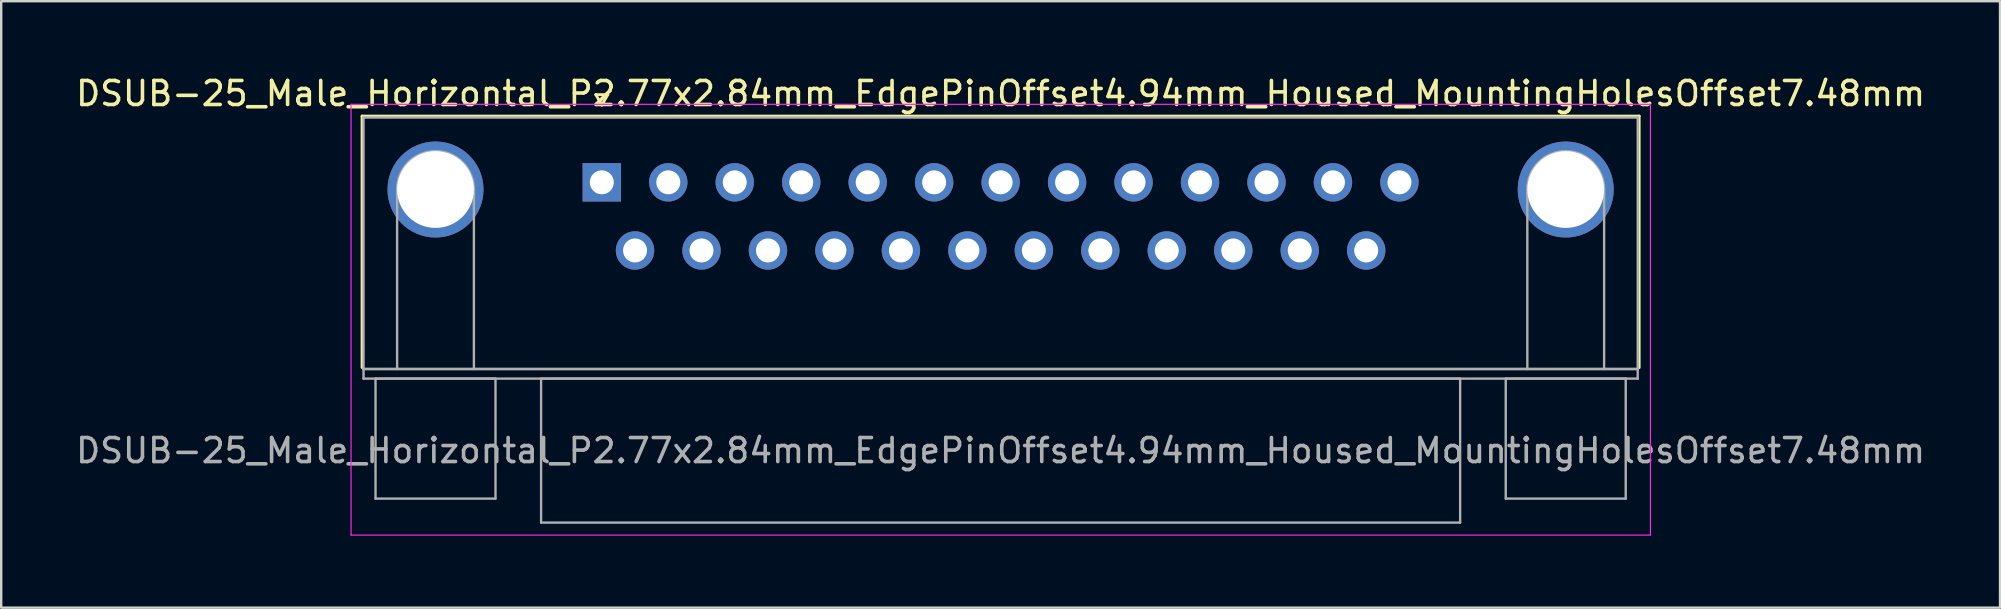
<source format=kicad_pcb>
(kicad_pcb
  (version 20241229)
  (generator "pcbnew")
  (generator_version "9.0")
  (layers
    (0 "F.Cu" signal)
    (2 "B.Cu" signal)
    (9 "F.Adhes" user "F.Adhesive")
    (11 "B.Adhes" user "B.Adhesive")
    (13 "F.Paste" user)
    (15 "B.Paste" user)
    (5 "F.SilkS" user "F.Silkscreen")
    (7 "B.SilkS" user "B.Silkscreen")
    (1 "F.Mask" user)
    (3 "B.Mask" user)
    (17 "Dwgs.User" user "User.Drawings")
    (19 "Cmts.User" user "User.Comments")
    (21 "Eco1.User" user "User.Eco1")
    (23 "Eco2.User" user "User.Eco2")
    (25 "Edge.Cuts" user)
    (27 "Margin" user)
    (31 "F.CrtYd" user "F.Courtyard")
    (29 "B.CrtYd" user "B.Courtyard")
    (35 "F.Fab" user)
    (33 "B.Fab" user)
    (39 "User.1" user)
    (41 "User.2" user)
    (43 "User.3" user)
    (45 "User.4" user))
  (footprint "DSUB-25_Male_Horizontal_P2.77x2.84mm_EdgePinOffset4.94mm_Housed_MountingHolesOffset7.48mm"
    (layer "F.Cu")
    (at 22.029 4.548)
    (property "Reference" "DSUB-25_Male_Horizontal_P2.77x2.84mm_EdgePinOffset4.94mm_Housed_MountingHolesOffset7.48mm" (at 16.62 -3.7 0) (layer "F.SilkS") (effects (font (size 1 1) (thickness 0.15))))
    (attr through_hole)
    (fp_line (start -9.99 -2.76) (end 43.23 -2.76) (stroke (width 0.12) (type solid)) (layer "F.SilkS"))
    (fp_line (start -9.99 7.72) (end -9.99 -2.76) (stroke (width 0.12) (type solid)) (layer "F.SilkS"))
    (fp_line (start -0.25 -3.654) (end 0.25 -3.654) (stroke (width 0.12) (type solid)) (layer "F.SilkS"))
    (fp_line (start 0 -3.221) (end -0.25 -3.654) (stroke (width 0.12) (type solid)) (layer "F.SilkS"))
    (fp_line (start 0.25 -3.654) (end 0 -3.221) (stroke (width 0.12) (type solid)) (layer "F.SilkS"))
    (fp_line (start 43.23 -2.76) (end 43.23 7.72) (stroke (width 0.12) (type solid)) (layer "F.SilkS"))
    (fp_line (start -10.45 -3.25) (end -10.45 14.7) (stroke (width 0.05) (type solid)) (layer "F.CrtYd"))
    (fp_line (start -10.45 14.7) (end 43.7 14.7) (stroke (width 0.05) (type solid)) (layer "F.CrtYd"))
    (fp_line (start 43.7 -3.25) (end -10.45 -3.25) (stroke (width 0.05) (type solid)) (layer "F.CrtYd"))
    (fp_line (start 43.7 14.7) (end 43.7 -3.25) (stroke (width 0.05) (type solid)) (layer "F.CrtYd"))
    (fp_line (start -9.93 -2.7) (end -9.93 7.78) (stroke (width 0.1) (type solid)) (layer "F.Fab"))
    (fp_line (start -9.93 7.78) (end -9.93 8.18) (stroke (width 0.1) (type solid)) (layer "F.Fab"))
    (fp_line (start -9.93 7.78) (end 43.17 7.78) (stroke (width 0.1) (type solid)) (layer "F.Fab"))
    (fp_line (start -9.93 8.18) (end 43.17 8.18) (stroke (width 0.1) (type solid)) (layer "F.Fab"))
    (fp_line (start -9.43 8.18) (end -9.43 13.18) (stroke (width 0.1) (type solid)) (layer "F.Fab"))
    (fp_line (start -9.43 13.18) (end -4.43 13.18) (stroke (width 0.1) (type solid)) (layer "F.Fab"))
    (fp_line (start -8.53 7.78) (end -8.53 0.3) (stroke (width 0.1) (type solid)) (layer "F.Fab"))
    (fp_line (start -5.33 7.78) (end -5.33 0.3) (stroke (width 0.1) (type solid)) (layer "F.Fab"))
    (fp_line (start -4.43 8.18) (end -9.43 8.18) (stroke (width 0.1) (type solid)) (layer "F.Fab"))
    (fp_line (start -4.43 13.18) (end -4.43 8.18) (stroke (width 0.1) (type solid)) (layer "F.Fab"))
    (fp_line (start -2.53 8.18) (end -2.53 14.18) (stroke (width 0.1) (type solid)) (layer "F.Fab"))
    (fp_line (start -2.53 14.18) (end 35.77 14.18) (stroke (width 0.1) (type solid)) (layer "F.Fab"))
    (fp_line (start 35.77 8.18) (end -2.53 8.18) (stroke (width 0.1) (type solid)) (layer "F.Fab"))
    (fp_line (start 35.77 14.18) (end 35.77 8.18) (stroke (width 0.1) (type solid)) (layer "F.Fab"))
    (fp_line (start 37.67 8.18) (end 37.67 13.18) (stroke (width 0.1) (type solid)) (layer "F.Fab"))
    (fp_line (start 37.67 13.18) (end 42.67 13.18) (stroke (width 0.1) (type solid)) (layer "F.Fab"))
    (fp_line (start 38.57 7.78) (end 38.57 0.3) (stroke (width 0.1) (type solid)) (layer "F.Fab"))
    (fp_line (start 41.77 7.78) (end 41.77 0.3) (stroke (width 0.1) (type solid)) (layer "F.Fab"))
    (fp_line (start 42.67 8.18) (end 37.67 8.18) (stroke (width 0.1) (type solid)) (layer "F.Fab"))
    (fp_line (start 42.67 13.18) (end 42.67 8.18) (stroke (width 0.1) (type solid)) (layer "F.Fab"))
    (fp_line (start 43.17 -2.7) (end -9.93 -2.7) (stroke (width 0.1) (type solid)) (layer "F.Fab"))
    (fp_line (start 43.17 7.78) (end -9.93 7.78) (stroke (width 0.1) (type solid)) (layer "F.Fab"))
    (fp_line (start 43.17 7.78) (end 43.17 -2.7) (stroke (width 0.1) (type solid)) (layer "F.Fab"))
    (fp_line (start 43.17 8.18) (end 43.17 7.78) (stroke (width 0.1) (type solid)) (layer "F.Fab"))
    (fp_arc (start -8.53 0.3) (mid -6.93 -1.3) (end -5.33 0.3) (stroke (width 0.1) (type solid)) (layer "F.Fab"))
    (fp_arc (start 38.57 0.3) (mid 40.17 -1.3) (end 41.77 0.3) (stroke (width 0.1) (type solid)) (layer "F.Fab"))
    (fp_text user "${REFERENCE}" (at 16.62 11.18 0) (layer "F.Fab") (effects (font (size 1 1) (thickness 0.15))))
    (pad "0" thru_hole circle (at -6.93 0.3) (size 4 4) (drill 3.2) (layers "*.Cu" "*.Mask"))
    (pad "0" thru_hole circle (at 40.17 0.3) (size 4 4) (drill 3.2) (layers "*.Cu" "*.Mask"))
    (pad "1" thru_hole rect (at 0 0) (size 1.6 1.6) (drill 1) (layers "*.Cu" "*.Mask"))
    (pad "2" thru_hole circle (at 2.77 0) (size 1.6 1.6) (drill 1) (layers "*.Cu" "*.Mask"))
    (pad "3" thru_hole circle (at 5.54 0) (size 1.6 1.6) (drill 1) (layers "*.Cu" "*.Mask"))
    (pad "4" thru_hole circle (at 8.31 0) (size 1.6 1.6) (drill 1) (layers "*.Cu" "*.Mask"))
    (pad "5" thru_hole circle (at 11.08 0) (size 1.6 1.6) (drill 1) (layers "*.Cu" "*.Mask"))
    (pad "6" thru_hole circle (at 13.85 0) (size 1.6 1.6) (drill 1) (layers "*.Cu" "*.Mask"))
    (pad "7" thru_hole circle (at 16.62 0) (size 1.6 1.6) (drill 1) (layers "*.Cu" "*.Mask"))
    (pad "8" thru_hole circle (at 19.39 0) (size 1.6 1.6) (drill 1) (layers "*.Cu" "*.Mask"))
    (pad "9" thru_hole circle (at 22.16 0) (size 1.6 1.6) (drill 1) (layers "*.Cu" "*.Mask"))
    (pad "10" thru_hole circle (at 24.93 0) (size 1.6 1.6) (drill 1) (layers "*.Cu" "*.Mask"))
    (pad "11" thru_hole circle (at 27.7 0) (size 1.6 1.6) (drill 1) (layers "*.Cu" "*.Mask"))
    (pad "12" thru_hole circle (at 30.47 0) (size 1.6 1.6) (drill 1) (layers "*.Cu" "*.Mask"))
    (pad "13" thru_hole circle (at 33.24 0) (size 1.6 1.6) (drill 1) (layers "*.Cu" "*.Mask"))
    (pad "14" thru_hole circle (at 1.385 2.84) (size 1.6 1.6) (drill 1) (layers "*.Cu" "*.Mask"))
    (pad "15" thru_hole circle (at 4.155 2.84) (size 1.6 1.6) (drill 1) (layers "*.Cu" "*.Mask"))
    (pad "16" thru_hole circle (at 6.925 2.84) (size 1.6 1.6) (drill 1) (layers "*.Cu" "*.Mask"))
    (pad "17" thru_hole circle (at 9.695 2.84) (size 1.6 1.6) (drill 1) (layers "*.Cu" "*.Mask"))
    (pad "18" thru_hole circle (at 12.465 2.84) (size 1.6 1.6) (drill 1) (layers "*.Cu" "*.Mask"))
    (pad "19" thru_hole circle (at 15.235 2.84) (size 1.6 1.6) (drill 1) (layers "*.Cu" "*.Mask"))
    (pad "20" thru_hole circle (at 18.005 2.84) (size 1.6 1.6) (drill 1) (layers "*.Cu" "*.Mask"))
    (pad "21" thru_hole circle (at 20.775 2.84) (size 1.6 1.6) (drill 1) (layers "*.Cu" "*.Mask"))
    (pad "22" thru_hole circle (at 23.545 2.84) (size 1.6 1.6) (drill 1) (layers "*.Cu" "*.Mask"))
    (pad "23" thru_hole circle (at 26.315 2.84) (size 1.6 1.6) (drill 1) (layers "*.Cu" "*.Mask"))
    (pad "24" thru_hole circle (at 29.085 2.84) (size 1.6 1.6) (drill 1) (layers "*.Cu" "*.Mask"))
    (pad "25" thru_hole circle (at 31.855 2.84) (size 1.6 1.6) (drill 1) (layers "*.Cu" "*.Mask")))
  (gr_rect
    (start -3 -3)
    (end 80.298 22.273)
    (stroke (width 0.1) (type default))
    (fill no)
    (layer "Edge.Cuts")))
</source>
